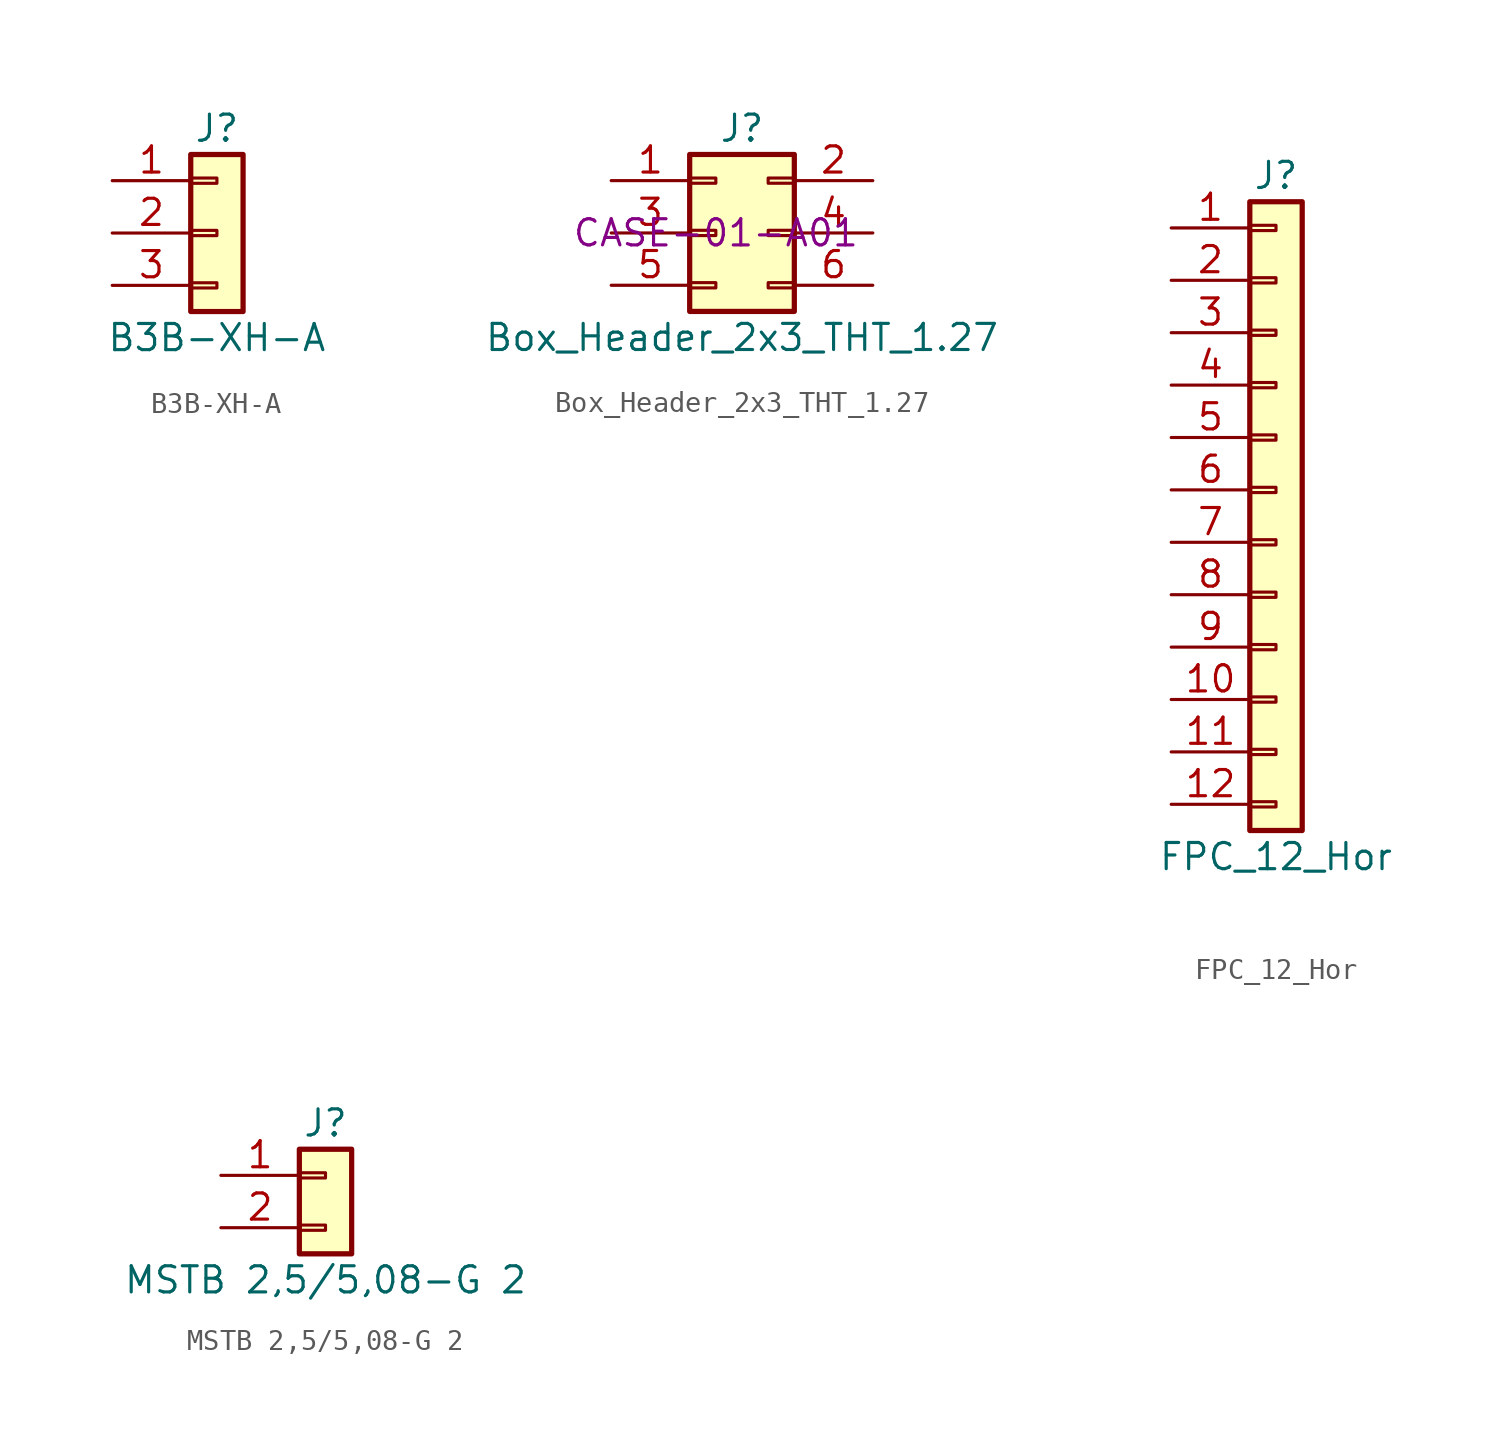
<source format=kicad_sym>
(kicad_symbol_lib
  (version 20231120)
  (generator "kicad_symbol_editor")
  (generator_version "8.0")
  (symbol "B3B-XH-A"
    (pin_names
      (offset 1.016) hide)
    (property "Reference" "J"
      (at 0 5.08 0)
      (effects (font (size 1.27 1.27))))
    (property "Value" "B3B-XH-A"
      (at 0 -5.08 0)
      (effects (font (size 1.27 1.27))))
    (symbol "B3B-XH-A_1_1"
      (rectangle (start -1.27 -2.413) (end 0 -2.667) (stroke (width 0.152) (type default)) (fill (type none)))
      (rectangle (start -1.27 0.127) (end 0 -0.127) (stroke (width 0.152) (type default)) (fill (type none)))
      (rectangle (start -1.27 2.667) (end 0 2.413) (stroke (width 0.152) (type default)) (fill (type none)))
      (rectangle (start -1.27 3.81) (end 1.27 -3.81) (stroke (width 0.254) (type default)) (fill (type background)))
      (pin passive line (at -5.08 2.54 0) (length 3.81) (name "Pin_1" (effects (font (size 1.27 1.27)))) (number "1" (effects (font (size 1.27 1.27)))))
      (pin passive line (at -5.08 0 0) (length 3.81) (name "Pin_2" (effects (font (size 1.27 1.27)))) (number "2" (effects (font (size 1.27 1.27)))))
      (pin passive line (at -5.08 -2.54 0) (length 3.81) (name "Pin_3" (effects (font (size 1.27 1.27)))) (number "3" (effects (font (size 1.27 1.27)))))))
  (symbol "Box_Header_2x3_THT_1.27"
    (pin_names
      (offset 1.016) hide)
    (property "Reference" "J"
      (at 1.27 5.08 0)
      (effects (font (size 1.27 1.27))))
    (property "Value" "Box_Header_2x3_THT_1.27"
      (at 1.27 -5.08 0)
      (effects (font (size 1.27 1.27))))
    (property "Name" ""
      (at 0 0 0)
      (effects (font (size 1.27 1.27))))
    (property "Storage" "CASE-01-A01"
      (at 0 0 0)
      (effects (font (size 1.27 1.27))))
    (property "Manufacturer" ""
      (at 0 0 0)
      (effects (font (size 1.27 1.27))))
    (property "MPN" ""
      (at 0 0 0)
      (effects (font (size 1.27 1.27))))
    (symbol "Box_Header_2x3_THT_1.27_1_1"
      (rectangle (start -1.27 -2.413) (end 0 -2.667) (stroke (width 0.152) (type default)) (fill (type none)))
      (rectangle (start -1.27 0.127) (end 0 -0.127) (stroke (width 0.152) (type default)) (fill (type none)))
      (rectangle (start -1.27 2.667) (end 0 2.413) (stroke (width 0.152) (type default)) (fill (type none)))
      (rectangle (start -1.27 3.81) (end 3.81 -3.81) (stroke (width 0.254) (type default)) (fill (type background)))
      (rectangle (start 3.81 -2.413) (end 2.54 -2.667) (stroke (width 0.152) (type default)) (fill (type none)))
      (rectangle (start 3.81 0.127) (end 2.54 -0.127) (stroke (width 0.152) (type default)) (fill (type none)))
      (rectangle (start 3.81 2.667) (end 2.54 2.413) (stroke (width 0.152) (type default)) (fill (type none)))
      (pin passive line (at -5.08 2.54 0) (length 3.81) (name "Pin_1" (effects (font (size 1.27 1.27)))) (number "1" (effects (font (size 1.27 1.27)))))
      (pin passive line (at 7.62 2.54 180) (length 3.81) (name "Pin_2" (effects (font (size 1.27 1.27)))) (number "2" (effects (font (size 1.27 1.27)))))
      (pin passive line (at -5.08 0 0) (length 3.81) (name "Pin_3" (effects (font (size 1.27 1.27)))) (number "3" (effects (font (size 1.27 1.27)))))
      (pin passive line (at 7.62 0 180) (length 3.81) (name "Pin_4" (effects (font (size 1.27 1.27)))) (number "4" (effects (font (size 1.27 1.27)))))
      (pin passive line (at -5.08 -2.54 0) (length 3.81) (name "Pin_5" (effects (font (size 1.27 1.27)))) (number "5" (effects (font (size 1.27 1.27)))))
      (pin passive line (at 7.62 -2.54 180) (length 3.81) (name "Pin_6" (effects (font (size 1.27 1.27)))) (number "6" (effects (font (size 1.27 1.27)))))))
  (symbol "FPC_12_Hor"
    (pin_names
      (offset 1.016) hide)
    (property "Reference" "J"
      (at 0 15.24 0)
      (effects (font (size 1.27 1.27))))
    (property "Value" "FPC_12_Hor"
      (at 0 -17.78 0)
      (effects (font (size 1.27 1.27))))
    (symbol "FPC_12_Hor_1_1"
      (rectangle (start -1.27 -15.113) (end 0 -15.367) (stroke (width 0.152) (type default)) (fill (type none)))
      (rectangle (start -1.27 -12.573) (end 0 -12.827) (stroke (width 0.152) (type default)) (fill (type none)))
      (rectangle (start -1.27 -10.033) (end 0 -10.287) (stroke (width 0.152) (type default)) (fill (type none)))
      (rectangle (start -1.27 -7.493) (end 0 -7.747) (stroke (width 0.152) (type default)) (fill (type none)))
      (rectangle (start -1.27 -4.953) (end 0 -5.207) (stroke (width 0.152) (type default)) (fill (type none)))
      (rectangle (start -1.27 -2.413) (end 0 -2.667) (stroke (width 0.152) (type default)) (fill (type none)))
      (rectangle (start -1.27 0.127) (end 0 -0.127) (stroke (width 0.152) (type default)) (fill (type none)))
      (rectangle (start -1.27 2.667) (end 0 2.413) (stroke (width 0.152) (type default)) (fill (type none)))
      (rectangle (start -1.27 5.207) (end 0 4.953) (stroke (width 0.152) (type default)) (fill (type none)))
      (rectangle (start -1.27 7.747) (end 0 7.493) (stroke (width 0.152) (type default)) (fill (type none)))
      (rectangle (start -1.27 10.287) (end 0 10.033) (stroke (width 0.152) (type default)) (fill (type none)))
      (rectangle (start -1.27 12.827) (end 0 12.573) (stroke (width 0.152) (type default)) (fill (type none)))
      (rectangle (start -1.27 13.97) (end 1.27 -16.51) (stroke (width 0.254) (type default)) (fill (type background)))
      (pin passive line (at -5.08 12.7 0) (length 3.81) (name "Pin_1" (effects (font (size 1.27 1.27)))) (number "1" (effects (font (size 1.27 1.27)))))
      (pin passive line (at -5.08 -10.16 0) (length 3.81) (name "Pin_10" (effects (font (size 1.27 1.27)))) (number "10" (effects (font (size 1.27 1.27)))))
      (pin passive line (at -5.08 -12.7 0) (length 3.81) (name "Pin_11" (effects (font (size 1.27 1.27)))) (number "11" (effects (font (size 1.27 1.27)))))
      (pin passive line (at -5.08 -15.24 0) (length 3.81) (name "Pin_12" (effects (font (size 1.27 1.27)))) (number "12" (effects (font (size 1.27 1.27)))))
      (pin passive line (at -5.08 10.16 0) (length 3.81) (name "Pin_2" (effects (font (size 1.27 1.27)))) (number "2" (effects (font (size 1.27 1.27)))))
      (pin passive line (at -5.08 7.62 0) (length 3.81) (name "Pin_3" (effects (font (size 1.27 1.27)))) (number "3" (effects (font (size 1.27 1.27)))))
      (pin passive line (at -5.08 5.08 0) (length 3.81) (name "Pin_4" (effects (font (size 1.27 1.27)))) (number "4" (effects (font (size 1.27 1.27)))))
      (pin passive line (at -5.08 2.54 0) (length 3.81) (name "Pin_5" (effects (font (size 1.27 1.27)))) (number "5" (effects (font (size 1.27 1.27)))))
      (pin passive line (at -5.08 0 0) (length 3.81) (name "Pin_6" (effects (font (size 1.27 1.27)))) (number "6" (effects (font (size 1.27 1.27)))))
      (pin passive line (at -5.08 -2.54 0) (length 3.81) (name "Pin_7" (effects (font (size 1.27 1.27)))) (number "7" (effects (font (size 1.27 1.27)))))
      (pin passive line (at -5.08 -5.08 0) (length 3.81) (name "Pin_8" (effects (font (size 1.27 1.27)))) (number "8" (effects (font (size 1.27 1.27)))))
      (pin passive line (at -5.08 -7.62 0) (length 3.81) (name "Pin_9" (effects (font (size 1.27 1.27)))) (number "9" (effects (font (size 1.27 1.27)))))))
  (symbol "MSTB 2,5/5,08-G 2"
    (pin_names
      (offset 1.016) hide)
    (property "Reference" "J"
      (at 0 2.54 0)
      (effects (font (size 1.27 1.27))))
    (property "Value" "MSTB 2,5{slash}5,08-G 2"
      (at 0 -5.08 0)
      (effects (font (size 1.27 1.27))))
    (symbol "MSTB 2,5/5,08-G 2_1_1"
      (rectangle (start -1.27 -2.413) (end 0 -2.667) (stroke (width 0.152) (type default)) (fill (type none)))
      (rectangle (start -1.27 0.127) (end 0 -0.127) (stroke (width 0.152) (type default)) (fill (type none)))
      (rectangle (start -1.27 1.27) (end 1.27 -3.81) (stroke (width 0.254) (type default)) (fill (type background)))
      (pin passive line (at -5.08 0 0) (length 3.81) (name "Pin_1" (effects (font (size 1.27 1.27)))) (number "1" (effects (font (size 1.27 1.27)))))
      (pin passive line (at -5.08 -2.54 0) (length 3.81) (name "Pin_2" (effects (font (size 1.27 1.27)))) (number "2" (effects (font (size 1.27 1.27))))))))
</source>
